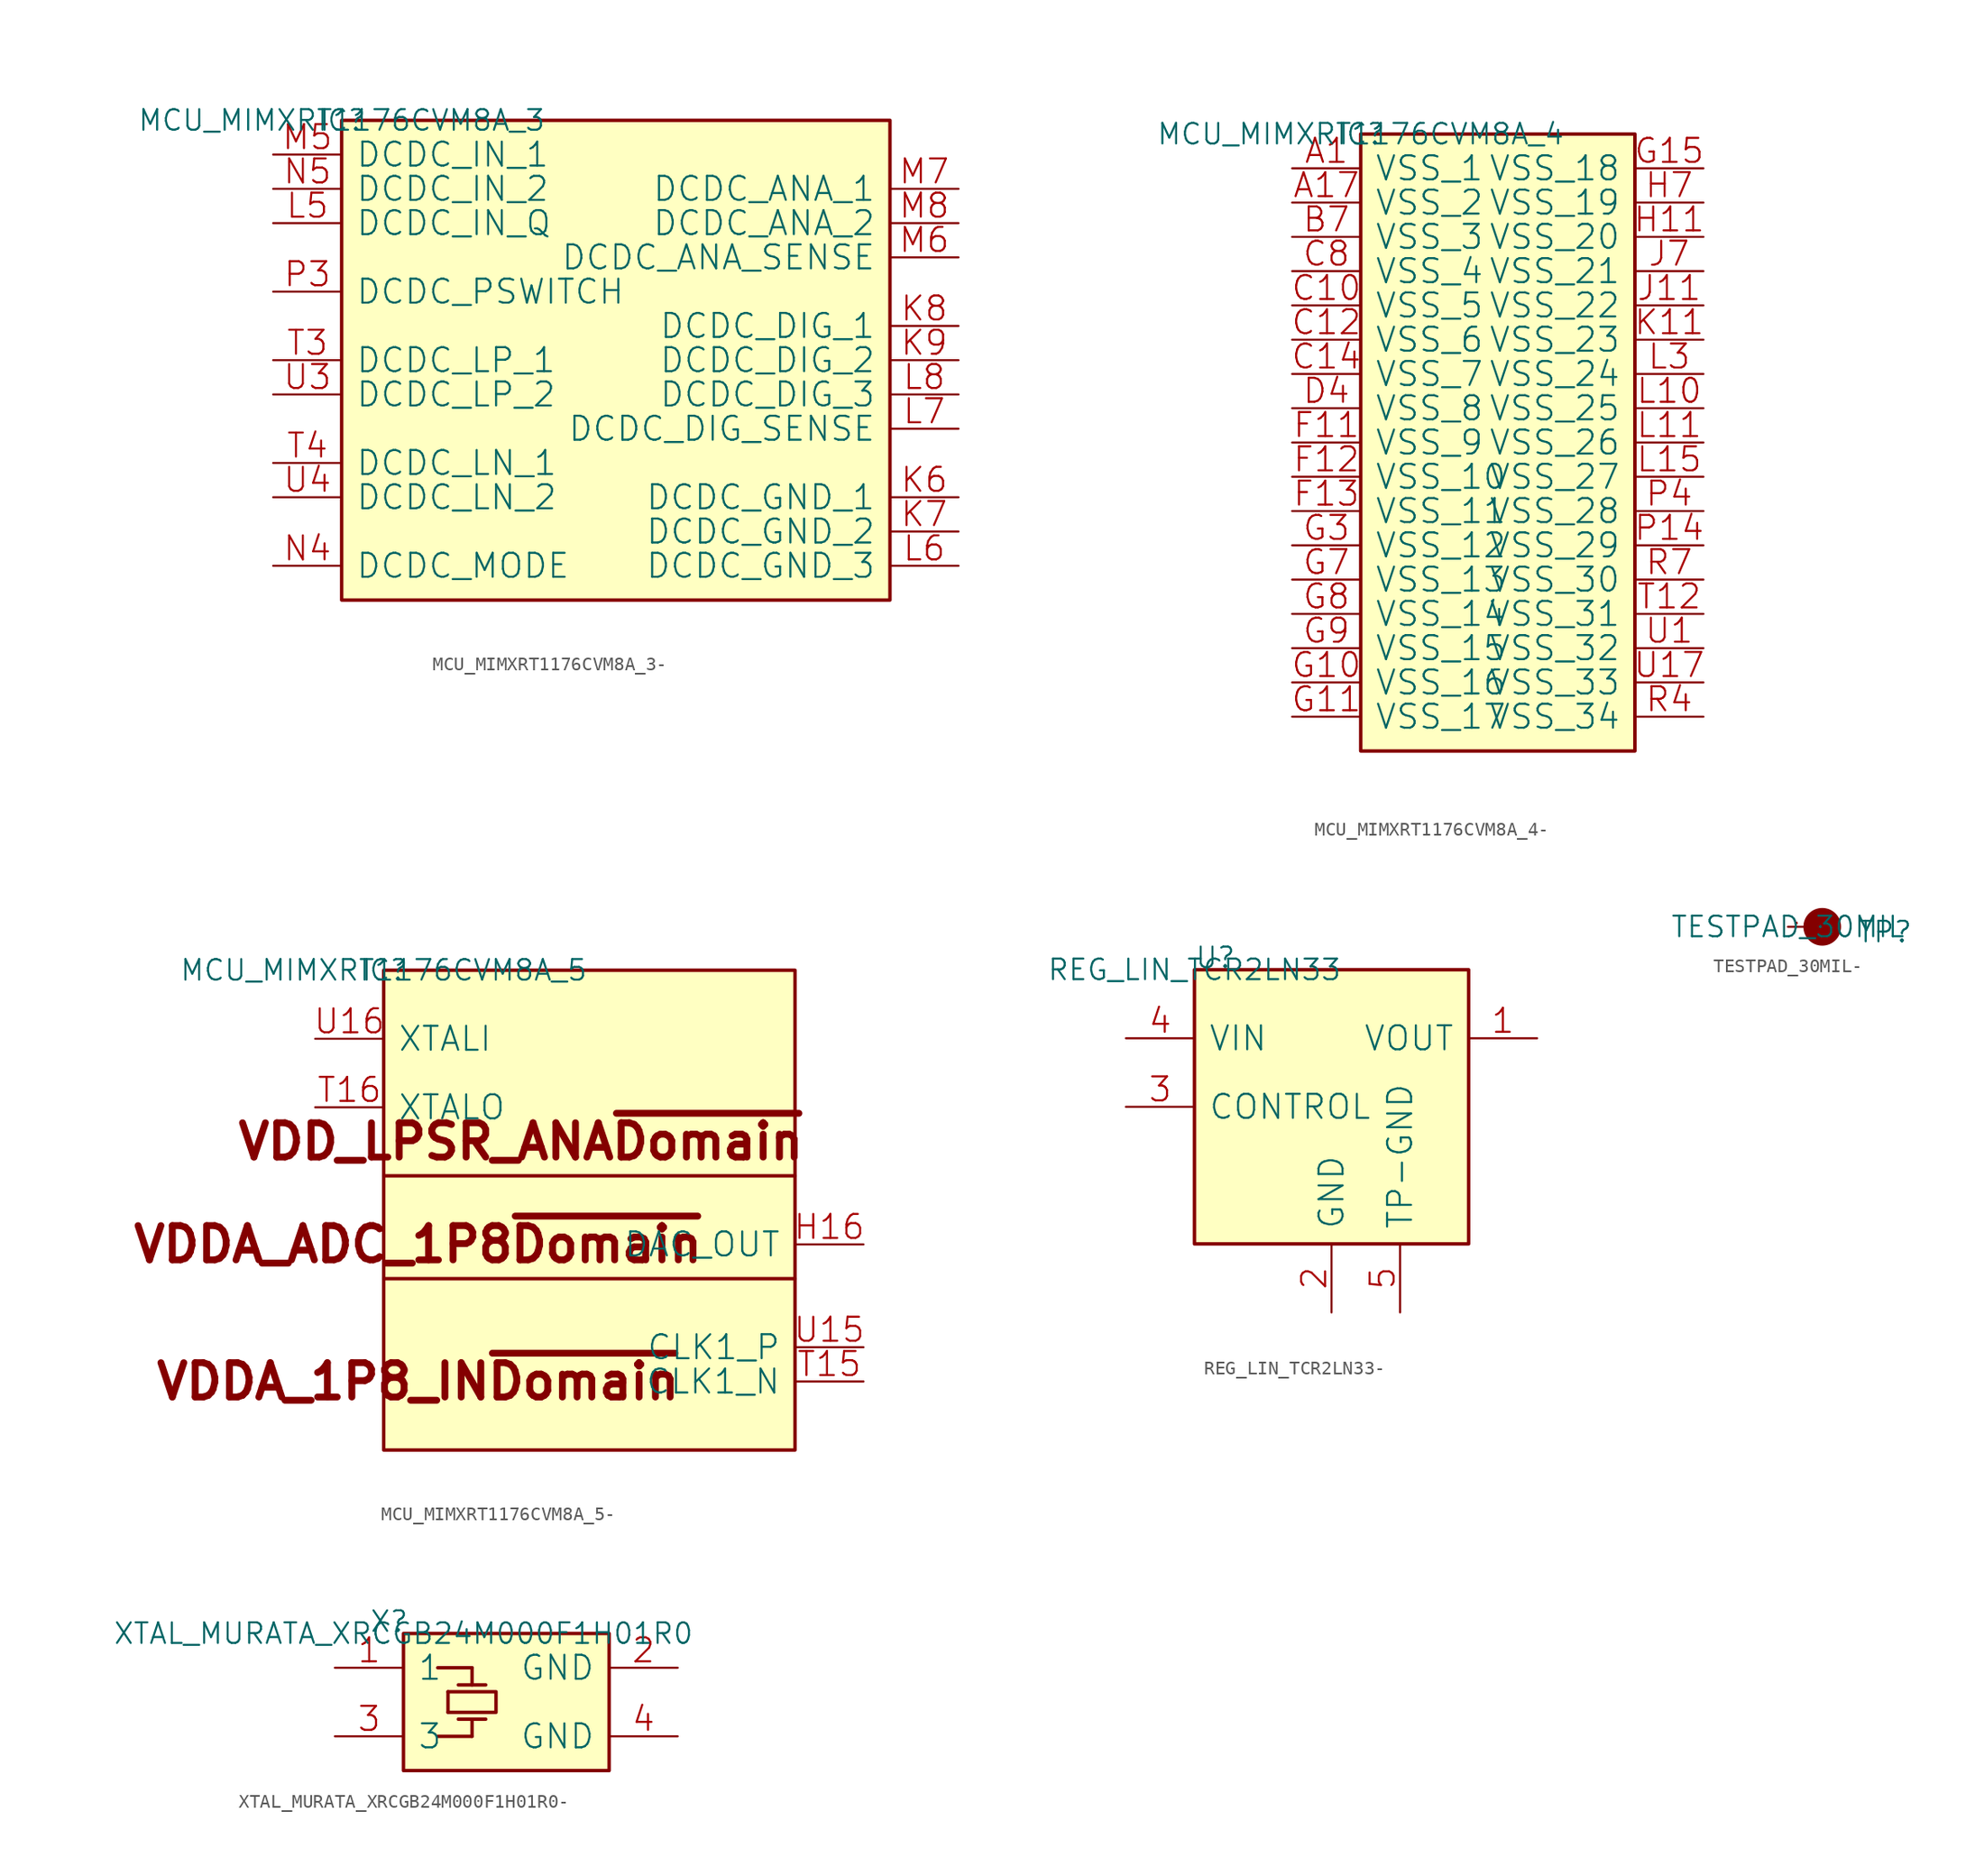
<source format=kicad_sym>
(kicad_symbol_lib
  (version 20220914)
  (generator kicad_symbol_editor)
  (symbol "MCU_MIMXRT1176CVM8A_3-"
    (pin_names
      (offset 1.016))
    (property "Reference" "IC"
      (at 0 0 0)
      (effects (font (size 1.524 1.524))))
    (property "Value" "MCU_MIMXRT1176CVM8A_3"
      (at 0 0 0)
      (effects (font (size 1.524 1.524))))
    (property "Footprint" ""
      (at 0 0 0)
      (effects (font (size 1.524 1.524))))
    (property "Datasheet" ""
      (at 0 0 0)
      (effects (font (size 1.524 1.524))))
    (symbol "MCU_MIMXRT1176CVM8A_3-_0_1"
      (rectangle (start 0 -35.56) (end 40.64 0) (stroke (width 0.254) (type solid)) (fill (type background)))
      (pin power_in line (at 45.72 -27.94 180) (length 5.08) (name "DCDC_GND_1" (effects (font (size 1.778 1.778)))) (number "K6" (effects (font (size 1.778 1.778)))))
      (pin power_in line (at 45.72 -30.48 180) (length 5.08) (name "DCDC_GND_2" (effects (font (size 1.778 1.778)))) (number "K7" (effects (font (size 1.778 1.778)))))
      (pin passive line (at 45.72 -15.24 180) (length 5.08) (name "DCDC_DIG_1" (effects (font (size 1.778 1.778)))) (number "K8" (effects (font (size 1.778 1.778)))))
      (pin passive line (at 45.72 -17.78 180) (length 5.08) (name "DCDC_DIG_2" (effects (font (size 1.778 1.778)))) (number "K9" (effects (font (size 1.778 1.778)))))
      (pin passive line (at -5.08 -7.62 0) (length 5.08) (name "DCDC_IN_Q" (effects (font (size 1.778 1.778)))) (number "L5" (effects (font (size 1.778 1.778)))))
      (pin power_in line (at 45.72 -33.02 180) (length 5.08) (name "DCDC_GND_3" (effects (font (size 1.778 1.778)))) (number "L6" (effects (font (size 1.778 1.778)))))
      (pin passive line (at 45.72 -22.86 180) (length 5.08) (name "DCDC_DIG_SENSE" (effects (font (size 1.778 1.778)))) (number "L7" (effects (font (size 1.778 1.778)))))
      (pin passive line (at 45.72 -20.32 180) (length 5.08) (name "DCDC_DIG_3" (effects (font (size 1.778 1.778)))) (number "L8" (effects (font (size 1.778 1.778)))))
      (pin passive line (at -5.08 -2.54 0) (length 5.08) (name "DCDC_IN_1" (effects (font (size 1.778 1.778)))) (number "M5" (effects (font (size 1.778 1.778)))))
      (pin passive line (at 45.72 -10.16 180) (length 5.08) (name "DCDC_ANA_SENSE" (effects (font (size 1.778 1.778)))) (number "M6" (effects (font (size 1.778 1.778)))))
      (pin passive line (at 45.72 -5.08 180) (length 5.08) (name "DCDC_ANA_1" (effects (font (size 1.778 1.778)))) (number "M7" (effects (font (size 1.778 1.778)))))
      (pin passive line (at 45.72 -7.62 180) (length 5.08) (name "DCDC_ANA_2" (effects (font (size 1.778 1.778)))) (number "M8" (effects (font (size 1.778 1.778)))))
      (pin passive line (at -5.08 -33.02 0) (length 5.08) (name "DCDC_MODE" (effects (font (size 1.778 1.778)))) (number "N4" (effects (font (size 1.778 1.778)))))
      (pin passive line (at -5.08 -5.08 0) (length 5.08) (name "DCDC_IN_2" (effects (font (size 1.778 1.778)))) (number "N5" (effects (font (size 1.778 1.778)))))
      (pin passive line (at -5.08 -12.7 0) (length 5.08) (name "DCDC_PSWITCH" (effects (font (size 1.778 1.778)))) (number "P3" (effects (font (size 1.778 1.778)))))
      (pin passive line (at -5.08 -17.78 0) (length 5.08) (name "DCDC_LP_1" (effects (font (size 1.778 1.778)))) (number "T3" (effects (font (size 1.778 1.778)))))
      (pin passive line (at -5.08 -25.4 0) (length 5.08) (name "DCDC_LN_1" (effects (font (size 1.778 1.778)))) (number "T4" (effects (font (size 1.778 1.778)))))
      (pin passive line (at -5.08 -20.32 0) (length 5.08) (name "DCDC_LP_2" (effects (font (size 1.778 1.778)))) (number "U3" (effects (font (size 1.778 1.778)))))
      (pin passive line (at -5.08 -27.94 0) (length 5.08) (name "DCDC_LN_2" (effects (font (size 1.778 1.778)))) (number "U4" (effects (font (size 1.778 1.778)))))))
  (symbol "MCU_MIMXRT1176CVM8A_4-"
    (pin_names
      (offset 1.016))
    (property "Reference" "IC"
      (at 0 0 0)
      (effects (font (size 1.524 1.524))))
    (property "Value" "MCU_MIMXRT1176CVM8A_4"
      (at 0 0 0)
      (effects (font (size 1.524 1.524))))
    (property "Footprint" ""
      (at 0 0 0)
      (effects (font (size 1.524 1.524))))
    (property "Datasheet" ""
      (at 0 0 0)
      (effects (font (size 1.524 1.524))))
    (symbol "MCU_MIMXRT1176CVM8A_4-_0_1"
      (rectangle (start 0 -45.72) (end 20.32 0) (stroke (width 0.254) (type solid)) (fill (type background)))
      (pin power_in line (at -5.08 -2.54 0) (length 5.08) (name "VSS_1" (effects (font (size 1.778 1.778)))) (number "A1" (effects (font (size 1.778 1.778)))))
      (pin power_in line (at -5.08 -5.08 0) (length 5.08) (name "VSS_2" (effects (font (size 1.778 1.778)))) (number "A17" (effects (font (size 1.778 1.778)))))
      (pin power_in line (at -5.08 -7.62 0) (length 5.08) (name "VSS_3" (effects (font (size 1.778 1.778)))) (number "B7" (effects (font (size 1.778 1.778)))))
      (pin power_in line (at -5.08 -12.7 0) (length 5.08) (name "VSS_5" (effects (font (size 1.778 1.778)))) (number "C10" (effects (font (size 1.778 1.778)))))
      (pin power_in line (at -5.08 -15.24 0) (length 5.08) (name "VSS_6" (effects (font (size 1.778 1.778)))) (number "C12" (effects (font (size 1.778 1.778)))))
      (pin power_in line (at -5.08 -17.78 0) (length 5.08) (name "VSS_7" (effects (font (size 1.778 1.778)))) (number "C14" (effects (font (size 1.778 1.778)))))
      (pin power_in line (at -5.08 -10.16 0) (length 5.08) (name "VSS_4" (effects (font (size 1.778 1.778)))) (number "C8" (effects (font (size 1.778 1.778)))))
      (pin power_in line (at -5.08 -20.32 0) (length 5.08) (name "VSS_8" (effects (font (size 1.778 1.778)))) (number "D4" (effects (font (size 1.778 1.778)))))
      (pin power_in line (at -5.08 -22.86 0) (length 5.08) (name "VSS_9" (effects (font (size 1.778 1.778)))) (number "F11" (effects (font (size 1.778 1.778)))))
      (pin power_in line (at -5.08 -25.4 0) (length 5.08) (name "VSS_10" (effects (font (size 1.778 1.778)))) (number "F12" (effects (font (size 1.778 1.778)))))
      (pin power_in line (at -5.08 -27.94 0) (length 5.08) (name "VSS_11" (effects (font (size 1.778 1.778)))) (number "F13" (effects (font (size 1.778 1.778)))))
      (pin power_in line (at -5.08 -40.64 0) (length 5.08) (name "VSS_16" (effects (font (size 1.778 1.778)))) (number "G10" (effects (font (size 1.778 1.778)))))
      (pin power_in line (at -5.08 -43.18 0) (length 5.08) (name "VSS_17" (effects (font (size 1.778 1.778)))) (number "G11" (effects (font (size 1.778 1.778)))))
      (pin power_in line (at 25.4 -2.54 180) (length 5.08) (name "VSS_18" (effects (font (size 1.778 1.778)))) (number "G15" (effects (font (size 1.778 1.778)))))
      (pin power_in line (at -5.08 -30.48 0) (length 5.08) (name "VSS_12" (effects (font (size 1.778 1.778)))) (number "G3" (effects (font (size 1.778 1.778)))))
      (pin power_in line (at -5.08 -33.02 0) (length 5.08) (name "VSS_13" (effects (font (size 1.778 1.778)))) (number "G7" (effects (font (size 1.778 1.778)))))
      (pin power_in line (at -5.08 -35.56 0) (length 5.08) (name "VSS_14" (effects (font (size 1.778 1.778)))) (number "G8" (effects (font (size 1.778 1.778)))))
      (pin power_in line (at -5.08 -38.1 0) (length 5.08) (name "VSS_15" (effects (font (size 1.778 1.778)))) (number "G9" (effects (font (size 1.778 1.778)))))
      (pin power_in line (at 25.4 -7.62 180) (length 5.08) (name "VSS_20" (effects (font (size 1.778 1.778)))) (number "H11" (effects (font (size 1.778 1.778)))))
      (pin power_in line (at 25.4 -5.08 180) (length 5.08) (name "VSS_19" (effects (font (size 1.778 1.778)))) (number "H7" (effects (font (size 1.778 1.778)))))
      (pin power_in line (at 25.4 -12.7 180) (length 5.08) (name "VSS_22" (effects (font (size 1.778 1.778)))) (number "J11" (effects (font (size 1.778 1.778)))))
      (pin power_in line (at 25.4 -10.16 180) (length 5.08) (name "VSS_21" (effects (font (size 1.778 1.778)))) (number "J7" (effects (font (size 1.778 1.778)))))
      (pin power_in line (at 25.4 -15.24 180) (length 5.08) (name "VSS_23" (effects (font (size 1.778 1.778)))) (number "K11" (effects (font (size 1.778 1.778)))))
      (pin power_in line (at 25.4 -20.32 180) (length 5.08) (name "VSS_25" (effects (font (size 1.778 1.778)))) (number "L10" (effects (font (size 1.778 1.778)))))
      (pin power_in line (at 25.4 -22.86 180) (length 5.08) (name "VSS_26" (effects (font (size 1.778 1.778)))) (number "L11" (effects (font (size 1.778 1.778)))))
      (pin power_in line (at 25.4 -25.4 180) (length 5.08) (name "VSS_27" (effects (font (size 1.778 1.778)))) (number "L15" (effects (font (size 1.778 1.778)))))
      (pin power_in line (at 25.4 -17.78 180) (length 5.08) (name "VSS_24" (effects (font (size 1.778 1.778)))) (number "L3" (effects (font (size 1.778 1.778)))))
      (pin power_in line (at 25.4 -30.48 180) (length 5.08) (name "VSS_29" (effects (font (size 1.778 1.778)))) (number "P14" (effects (font (size 1.778 1.778)))))
      (pin power_in line (at 25.4 -27.94 180) (length 5.08) (name "VSS_28" (effects (font (size 1.778 1.778)))) (number "P4" (effects (font (size 1.778 1.778)))))
      (pin power_in line (at 25.4 -43.18 180) (length 5.08) (name "VSS_34" (effects (font (size 1.778 1.778)))) (number "R4" (effects (font (size 1.778 1.778)))))
      (pin power_in line (at 25.4 -33.02 180) (length 5.08) (name "VSS_30" (effects (font (size 1.778 1.778)))) (number "R7" (effects (font (size 1.778 1.778)))))
      (pin power_in line (at 25.4 -35.56 180) (length 5.08) (name "VSS_31" (effects (font (size 1.778 1.778)))) (number "T12" (effects (font (size 1.778 1.778)))))
      (pin power_in line (at 25.4 -38.1 180) (length 5.08) (name "VSS_32" (effects (font (size 1.778 1.778)))) (number "U1" (effects (font (size 1.778 1.778)))))
      (pin power_in line (at 25.4 -40.64 180) (length 5.08) (name "VSS_33" (effects (font (size 1.778 1.778)))) (number "U17" (effects (font (size 1.778 1.778)))))))
  (symbol "MCU_MIMXRT1176CVM8A_5-"
    (pin_names
      (offset 1.016))
    (property "Reference" "IC"
      (at 0 0 0)
      (effects (font (size 1.524 1.524))))
    (property "Value" "MCU_MIMXRT1176CVM8A_5"
      (at 0 0 0)
      (effects (font (size 1.524 1.524))))
    (property "Footprint" ""
      (at 0 0 0)
      (effects (font (size 1.524 1.524))))
    (property "Datasheet" ""
      (at 0 0 0)
      (effects (font (size 1.524 1.524))))
    (symbol "MCU_MIMXRT1176CVM8A_5-_0_1"
      (rectangle (start 0 -35.56) (end 30.48 0) (stroke (width 0.254) (type solid)) (fill (type background)))
      (polyline (pts (xy 0 -22.86) (xy 30.48 -22.86)) (stroke (width 0.254) (type solid)) (fill (type none)))
      (polyline (pts (xy 0 -15.24) (xy 30.48 -15.24)) (stroke (width 0.254) (type solid)) (fill (type none)))
      (pin passive line (at 35.56 -20.32 180) (length 5.08) (name "DAC_OUT" (effects (font (size 1.778 1.778)))) (number "H16" (effects (font (size 1.778 1.778)))))
      (pin passive line (at 35.56 -30.48 180) (length 5.08) (name "CLK1_N" (effects (font (size 1.778 1.778)))) (number "T15" (effects (font (size 1.778 1.778)))))
      (pin output line (at -5.08 -10.16 0) (length 5.08) (name "XTALO" (effects (font (size 1.778 1.778)))) (number "T16" (effects (font (size 1.778 1.778)))))
      (pin passive line (at 35.56 -27.94 180) (length 5.08) (name "CLK1_P" (effects (font (size 1.778 1.778)))) (number "U15" (effects (font (size 1.778 1.778)))))
      (pin input line (at -5.08 -5.08 0) (length 5.08) (name "XTALI" (effects (font (size 1.778 1.778)))) (number "U16" (effects (font (size 1.778 1.778))))))
    (symbol "MCU_MIMXRT1176CVM8A_5-_1_1"
      (text "VDD_LPSR_ANA~{Domain}" (at 10.16 -12.7 0) (effects (font (size 2.54 2.54) bold)))
      (text "VDDA_1P8_IN~{Domain}" (at 2.54 -30.48 0) (effects (font (size 2.54 2.54) bold)))
      (text "VDDA_ADC_1P8~{Domain}" (at 2.54 -20.32 0) (effects (font (size 2.54 2.54) bold)))))
  (symbol "REG_LIN_TCR2LN33-"
    (pin_names
      (offset 1.016))
    (property "Reference" "U"
      (at 0 0 0)
      (effects (font (size 1.524 1.524)) (justify left bottom)))
    (property "Value" "REG_LIN_TCR2LN33"
      (at 0 0 0)
      (effects (font (size 1.524 1.524))))
    (property "Footprint" ""
      (at 0 0 0)
      (effects (font (size 1.524 1.524))))
    (property "Datasheet" ""
      (at 0 0 0)
      (effects (font (size 1.524 1.524))))
    (symbol "REG_LIN_TCR2LN33-_0_1"
      (rectangle (start 0 -20.32) (end 20.32 0) (stroke (width 0.254) (type solid)) (fill (type background)))
      (pin power_in line (at 25.4 -5.08 180) (length 5.08) (name "VOUT" (effects (font (size 1.778 1.778)))) (number "1" (effects (font (size 1.778 1.778)))))
      (pin power_in line (at 10.16 -25.4 90) (length 5.08) (name "GND" (effects (font (size 1.778 1.778)))) (number "2" (effects (font (size 1.778 1.778)))))
      (pin passive line (at -5.08 -10.16 0) (length 5.08) (name "CONTROL" (effects (font (size 1.778 1.778)))) (number "3" (effects (font (size 1.778 1.778)))))
      (pin power_in line (at -5.08 -5.08 0) (length 5.08) (name "VIN" (effects (font (size 1.778 1.778)))) (number "4" (effects (font (size 1.778 1.778)))))
      (pin power_in line (at 15.24 -25.4 90) (length 5.08) (name "TP-GND" (effects (font (size 1.778 1.778)))) (number "5" (effects (font (size 1.778 1.778)))))))
  (symbol "TESTPAD_30MIL-"
    (pin_names
      (offset 1.016))
    (property "Reference" "TP"
      (at 5.08 -1.27 0)
      (effects (font (size 1.524 1.524)) (justify left bottom)))
    (property "Value" "TESTPAD_30MIL"
      (at 0 0 0)
      (effects (font (size 1.524 1.524))))
    (property "Footprint" ""
      (at 0 0 0)
      (effects (font (size 1.524 1.524))))
    (property "Datasheet" ""
      (at 0 0 0)
      (effects (font (size 1.524 1.524))))
    (symbol "TESTPAD_30MIL-_0_1"
      (circle (center 2.54 0) (radius 1.27) (stroke (width 0.254) (type solid)) (fill (type outline)))
      (pin passive line (at 0 0 0) (length 1.27) (name "P" (effects (font (size 0.025 0.025)))) (number "1" (effects (font (size 0.025 0.025)))))))
  (symbol "XTAL_MURATA_XRCGB24M000F1H01R0-"
    (pin_names
      (offset 1.016))
    (property "Reference" "X"
      (at -2.54 0 0)
      (effects (font (size 1.524 1.524)) (justify left bottom)))
    (property "Value" "XTAL_MURATA_XRCGB24M000F1H01R0"
      (at 0 0 0)
      (effects (font (size 1.524 1.524))))
    (property "Footprint" ""
      (at 0 0 0)
      (effects (font (size 1.524 1.524))))
    (property "Datasheet" ""
      (at 0 0 0)
      (effects (font (size 1.524 1.524))))
    (symbol "XTAL_MURATA_XRCGB24M000F1H01R0-_0_1"
      (polyline (pts (xy 3.302 -5.842) (xy 3.302 -4.318)) (stroke (width 0.254) (type solid)) (fill (type none)))
      (polyline (pts (xy 4.064 -6.35) (xy 6.096 -6.35)) (stroke (width 0.254) (type solid)) (fill (type none)))
      (polyline (pts (xy 4.064 -3.81) (xy 6.096 -3.81)) (stroke (width 0.254) (type solid)) (fill (type none)))
      (polyline (pts (xy 5.08 -7.62) (xy 2.54 -7.62)) (stroke (width 0.254) (type solid)) (fill (type none)))
      (polyline (pts (xy 5.08 -7.62) (xy 5.08 -6.35)) (stroke (width 0.254) (type solid)) (fill (type none)))
      (polyline (pts (xy 5.08 -3.81) (xy 5.08 -2.54)) (stroke (width 0.254) (type solid)) (fill (type none)))
      (polyline (pts (xy 5.08 -2.54) (xy 2.54 -2.54)) (stroke (width 0.254) (type solid)) (fill (type none)))
      (polyline (pts (xy 3.302 -4.318) (xy 6.858 -4.318) (xy 6.858 -5.842) (xy 3.302 -5.842)) (stroke (width 0.254) (type solid)) (fill (type none)))
      (rectangle (start 15.24 -10.16) (end 0 0) (stroke (width 0.254) (type solid)) (fill (type background)))
      (pin passive line (at -5.08 -2.54 0) (length 5.08) (name "1" (effects (font (size 1.778 1.778)))) (number "1" (effects (font (size 1.778 1.778)))))
      (pin power_in line (at 20.32 -2.54 180) (length 5.08) (name "GND" (effects (font (size 1.778 1.778)))) (number "2" (effects (font (size 1.778 1.778)))))
      (pin passive line (at -5.08 -7.62 0) (length 5.08) (name "3" (effects (font (size 1.778 1.778)))) (number "3" (effects (font (size 1.778 1.778)))))
      (pin power_in line (at 20.32 -7.62 180) (length 5.08) (name "GND" (effects (font (size 1.778 1.778)))) (number "4" (effects (font (size 1.778 1.778))))))))
</source>
